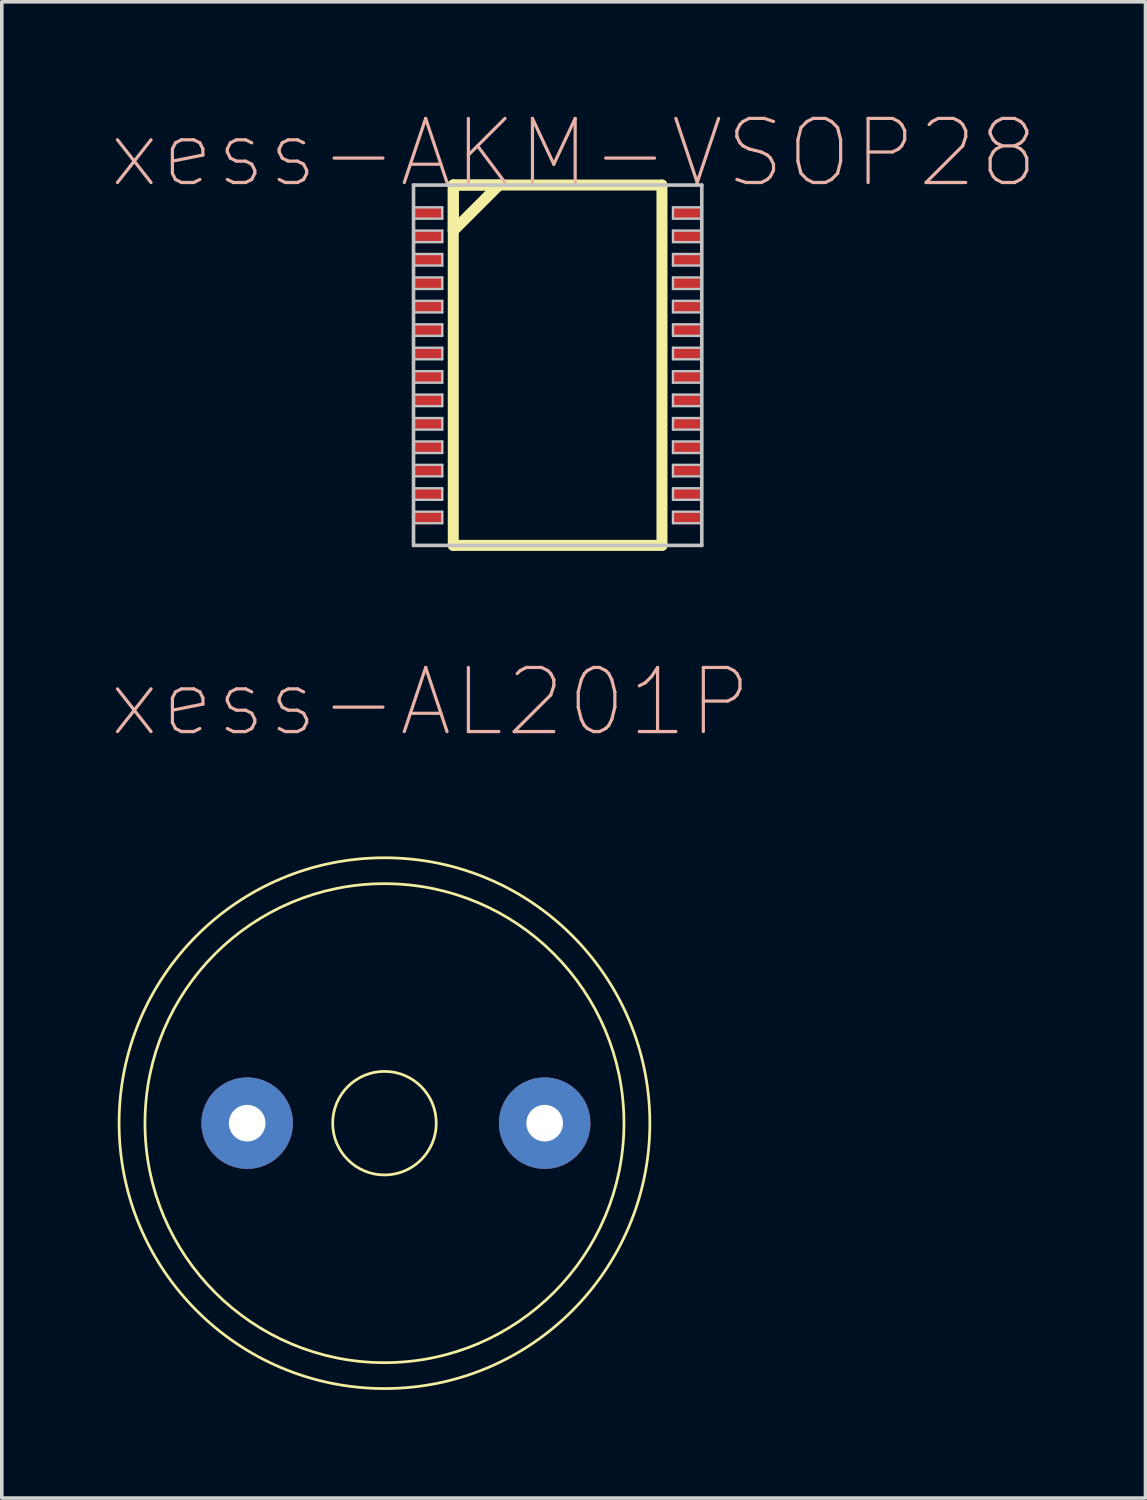
<source format=kicad_pcb>
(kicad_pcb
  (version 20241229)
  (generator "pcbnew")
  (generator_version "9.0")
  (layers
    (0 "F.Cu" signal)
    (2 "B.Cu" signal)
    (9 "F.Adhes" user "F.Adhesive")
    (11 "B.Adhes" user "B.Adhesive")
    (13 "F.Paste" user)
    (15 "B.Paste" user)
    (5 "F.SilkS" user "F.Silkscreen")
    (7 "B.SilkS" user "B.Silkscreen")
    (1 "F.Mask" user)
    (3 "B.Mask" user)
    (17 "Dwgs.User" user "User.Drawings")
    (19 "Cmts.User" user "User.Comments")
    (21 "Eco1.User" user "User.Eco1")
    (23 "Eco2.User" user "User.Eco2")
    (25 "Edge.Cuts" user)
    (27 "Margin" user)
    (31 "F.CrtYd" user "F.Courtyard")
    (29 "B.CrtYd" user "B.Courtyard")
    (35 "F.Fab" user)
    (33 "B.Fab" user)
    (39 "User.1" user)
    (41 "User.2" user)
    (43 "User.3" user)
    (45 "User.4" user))
  (footprint "xess-AL201P"
    (layer "F.Cu")
    (at 7.618 28.115)
    (property "Reference" "xess-AL201P" (at 1.27 -11.684 0) (layer "B.SilkS") (effects (font (size 1.778 1.778) (thickness 0.089))))
    (attr exclude_from_pos_files exclude_from_bom)
    (fp_circle (center 0 0) (end -5.207 5.207) (stroke (width 0.076) (type solid)) (fill no) (layer "F.SilkS"))
    (fp_circle (center 0 0) (end -4.699 4.699) (stroke (width 0.076) (type solid)) (fill no) (layer "F.SilkS"))
    (fp_circle (center 0 0) (end -1.016 1.016) (stroke (width 0.076) (type solid)) (fill no) (layer "F.SilkS"))
    (pad "1" thru_hole circle (at -3.81 0) (size 2.54 2.54) (drill 1.016) (layers "*.Cu" "*.Mask"))
    (pad "2" thru_hole circle (at 4.445 0) (size 2.54 2.54) (drill 1.016) (layers "*.Cu" "*.Mask")))
  (footprint "xess-AKM-VSOP28"
    (layer "F.Cu")
    (at 8.874 2.86)
    (property "Reference" "xess-AKM-VSOP28" (at 3.993 -1.664 0) (layer "B.SilkS") (effects (font (size 1.778 1.778) (thickness 0.089))))
    (attr smd)
    (fp_line (start 0.653 -0.775) (end 0.653 0.493) (stroke (width 0.305) (type solid)) (layer "F.SilkS"))
    (fp_line (start 0.653 -0.775) (end 0.653 9.223) (stroke (width 0.305) (type solid)) (layer "F.SilkS"))
    (fp_line (start 0.653 0.493) (end 1.923 -0.775) (stroke (width 0.305) (type solid)) (layer "F.SilkS"))
    (fp_line (start 0.653 9.223) (end 6.444 9.223) (stroke (width 0.305) (type solid)) (layer "F.SilkS"))
    (fp_line (start 1.923 -0.775) (end 0.653 -0.775) (stroke (width 0.305) (type solid)) (layer "F.SilkS"))
    (fp_line (start 6.444 -0.775) (end 0.653 -0.775) (stroke (width 0.305) (type solid)) (layer "F.SilkS"))
    (fp_line (start 6.444 9.223) (end 6.444 -0.775) (stroke (width 0.305) (type solid)) (layer "F.SilkS"))
    (fp_line (start -0.45 -0.775) (end -0.45 9.223) (stroke (width 0.1) (type solid)) (layer "Dwgs.User"))
    (fp_line (start -0.45 -0.157) (end 0.348 -0.157) (stroke (width 0.066) (type solid)) (layer "Dwgs.User"))
    (fp_line (start -0.45 0.157) (end -0.45 -0.157) (stroke (width 0.066) (type solid)) (layer "Dwgs.User"))
    (fp_line (start -0.45 0.157) (end 0.348 0.157) (stroke (width 0.066) (type solid)) (layer "Dwgs.User"))
    (fp_line (start -0.45 0.488) (end 0.348 0.488) (stroke (width 0.066) (type solid)) (layer "Dwgs.User"))
    (fp_line (start -0.45 0.808) (end -0.45 0.488) (stroke (width 0.066) (type solid)) (layer "Dwgs.User"))
    (fp_line (start -0.45 0.808) (end 0.348 0.808) (stroke (width 0.066) (type solid)) (layer "Dwgs.User"))
    (fp_line (start -0.45 1.138) (end 0.348 1.138) (stroke (width 0.066) (type solid)) (layer "Dwgs.User"))
    (fp_line (start -0.45 1.458) (end -0.45 1.138) (stroke (width 0.066) (type solid)) (layer "Dwgs.User"))
    (fp_line (start -0.45 1.458) (end 0.348 1.458) (stroke (width 0.066) (type solid)) (layer "Dwgs.User"))
    (fp_line (start -0.45 1.788) (end 0.348 1.788) (stroke (width 0.066) (type solid)) (layer "Dwgs.User"))
    (fp_line (start -0.45 2.108) (end -0.45 1.788) (stroke (width 0.066) (type solid)) (layer "Dwgs.User"))
    (fp_line (start -0.45 2.108) (end 0.348 2.108) (stroke (width 0.066) (type solid)) (layer "Dwgs.User"))
    (fp_line (start -0.45 2.438) (end 0.348 2.438) (stroke (width 0.066) (type solid)) (layer "Dwgs.User"))
    (fp_line (start -0.45 2.758) (end -0.45 2.438) (stroke (width 0.066) (type solid)) (layer "Dwgs.User"))
    (fp_line (start -0.45 2.758) (end 0.348 2.758) (stroke (width 0.066) (type solid)) (layer "Dwgs.User"))
    (fp_line (start -0.45 3.089) (end 0.348 3.089) (stroke (width 0.066) (type solid)) (layer "Dwgs.User"))
    (fp_line (start -0.45 3.409) (end -0.45 3.089) (stroke (width 0.066) (type solid)) (layer "Dwgs.User"))
    (fp_line (start -0.45 3.409) (end 0.348 3.409) (stroke (width 0.066) (type solid)) (layer "Dwgs.User"))
    (fp_line (start -0.45 3.739) (end 0.348 3.739) (stroke (width 0.066) (type solid)) (layer "Dwgs.User"))
    (fp_line (start -0.45 4.059) (end -0.45 3.739) (stroke (width 0.066) (type solid)) (layer "Dwgs.User"))
    (fp_line (start -0.45 4.059) (end 0.348 4.059) (stroke (width 0.066) (type solid)) (layer "Dwgs.User"))
    (fp_line (start -0.45 4.389) (end 0.348 4.389) (stroke (width 0.066) (type solid)) (layer "Dwgs.User"))
    (fp_line (start -0.45 4.709) (end -0.45 4.389) (stroke (width 0.066) (type solid)) (layer "Dwgs.User"))
    (fp_line (start -0.45 4.709) (end 0.348 4.709) (stroke (width 0.066) (type solid)) (layer "Dwgs.User"))
    (fp_line (start -0.45 5.039) (end 0.348 5.039) (stroke (width 0.066) (type solid)) (layer "Dwgs.User"))
    (fp_line (start -0.45 5.359) (end -0.45 5.039) (stroke (width 0.066) (type solid)) (layer "Dwgs.User"))
    (fp_line (start -0.45 5.359) (end 0.348 5.359) (stroke (width 0.066) (type solid)) (layer "Dwgs.User"))
    (fp_line (start -0.45 5.69) (end 0.348 5.69) (stroke (width 0.066) (type solid)) (layer "Dwgs.User"))
    (fp_line (start -0.45 6.01) (end -0.45 5.69) (stroke (width 0.066) (type solid)) (layer "Dwgs.User"))
    (fp_line (start -0.45 6.01) (end 0.348 6.01) (stroke (width 0.066) (type solid)) (layer "Dwgs.User"))
    (fp_line (start -0.45 6.34) (end 0.348 6.34) (stroke (width 0.066) (type solid)) (layer "Dwgs.User"))
    (fp_line (start -0.45 6.66) (end -0.45 6.34) (stroke (width 0.066) (type solid)) (layer "Dwgs.User"))
    (fp_line (start -0.45 6.66) (end 0.348 6.66) (stroke (width 0.066) (type solid)) (layer "Dwgs.User"))
    (fp_line (start -0.45 6.988) (end 0.348 6.988) (stroke (width 0.066) (type solid)) (layer "Dwgs.User"))
    (fp_line (start -0.45 7.308) (end -0.45 6.988) (stroke (width 0.066) (type solid)) (layer "Dwgs.User"))
    (fp_line (start -0.45 7.308) (end 0.348 7.308) (stroke (width 0.066) (type solid)) (layer "Dwgs.User"))
    (fp_line (start -0.45 7.638) (end 0.348 7.638) (stroke (width 0.066) (type solid)) (layer "Dwgs.User"))
    (fp_line (start -0.45 7.958) (end -0.45 7.638) (stroke (width 0.066) (type solid)) (layer "Dwgs.User"))
    (fp_line (start -0.45 7.958) (end 0.348 7.958) (stroke (width 0.066) (type solid)) (layer "Dwgs.User"))
    (fp_line (start -0.45 8.288) (end 0.348 8.288) (stroke (width 0.066) (type solid)) (layer "Dwgs.User"))
    (fp_line (start -0.45 8.608) (end -0.45 8.288) (stroke (width 0.066) (type solid)) (layer "Dwgs.User"))
    (fp_line (start -0.45 8.608) (end 0.348 8.608) (stroke (width 0.066) (type solid)) (layer "Dwgs.User"))
    (fp_line (start -0.45 9.223) (end 7.549 9.223) (stroke (width 0.1) (type solid)) (layer "Dwgs.User"))
    (fp_line (start 0.348 0.157) (end 0.348 -0.157) (stroke (width 0.066) (type solid)) (layer "Dwgs.User"))
    (fp_line (start 0.348 0.808) (end 0.348 0.488) (stroke (width 0.066) (type solid)) (layer "Dwgs.User"))
    (fp_line (start 0.348 1.458) (end 0.348 1.138) (stroke (width 0.066) (type solid)) (layer "Dwgs.User"))
    (fp_line (start 0.348 2.108) (end 0.348 1.788) (stroke (width 0.066) (type solid)) (layer "Dwgs.User"))
    (fp_line (start 0.348 2.758) (end 0.348 2.438) (stroke (width 0.066) (type solid)) (layer "Dwgs.User"))
    (fp_line (start 0.348 3.409) (end 0.348 3.089) (stroke (width 0.066) (type solid)) (layer "Dwgs.User"))
    (fp_line (start 0.348 4.059) (end 0.348 3.739) (stroke (width 0.066) (type solid)) (layer "Dwgs.User"))
    (fp_line (start 0.348 4.709) (end 0.348 4.389) (stroke (width 0.066) (type solid)) (layer "Dwgs.User"))
    (fp_line (start 0.348 5.359) (end 0.348 5.039) (stroke (width 0.066) (type solid)) (layer "Dwgs.User"))
    (fp_line (start 0.348 6.01) (end 0.348 5.69) (stroke (width 0.066) (type solid)) (layer "Dwgs.User"))
    (fp_line (start 0.348 6.66) (end 0.348 6.34) (stroke (width 0.066) (type solid)) (layer "Dwgs.User"))
    (fp_line (start 0.348 7.308) (end 0.348 6.988) (stroke (width 0.066) (type solid)) (layer "Dwgs.User"))
    (fp_line (start 0.348 7.958) (end 0.348 7.638) (stroke (width 0.066) (type solid)) (layer "Dwgs.User"))
    (fp_line (start 0.348 8.608) (end 0.348 8.288) (stroke (width 0.066) (type solid)) (layer "Dwgs.User"))
    (fp_line (start 6.749 -0.157) (end 7.549 -0.157) (stroke (width 0.066) (type solid)) (layer "Dwgs.User"))
    (fp_line (start 6.749 0.157) (end 6.749 -0.157) (stroke (width 0.066) (type solid)) (layer "Dwgs.User"))
    (fp_line (start 6.749 0.157) (end 7.549 0.157) (stroke (width 0.066) (type solid)) (layer "Dwgs.User"))
    (fp_line (start 6.749 0.488) (end 7.549 0.488) (stroke (width 0.066) (type solid)) (layer "Dwgs.User"))
    (fp_line (start 6.749 0.808) (end 6.749 0.488) (stroke (width 0.066) (type solid)) (layer "Dwgs.User"))
    (fp_line (start 6.749 0.808) (end 7.549 0.808) (stroke (width 0.066) (type solid)) (layer "Dwgs.User"))
    (fp_line (start 6.749 1.138) (end 7.549 1.138) (stroke (width 0.066) (type solid)) (layer "Dwgs.User"))
    (fp_line (start 6.749 1.458) (end 6.749 1.138) (stroke (width 0.066) (type solid)) (layer "Dwgs.User"))
    (fp_line (start 6.749 1.458) (end 7.549 1.458) (stroke (width 0.066) (type solid)) (layer "Dwgs.User"))
    (fp_line (start 6.749 1.788) (end 7.549 1.788) (stroke (width 0.066) (type solid)) (layer "Dwgs.User"))
    (fp_line (start 6.749 2.108) (end 6.749 1.788) (stroke (width 0.066) (type solid)) (layer "Dwgs.User"))
    (fp_line (start 6.749 2.108) (end 7.549 2.108) (stroke (width 0.066) (type solid)) (layer "Dwgs.User"))
    (fp_line (start 6.749 2.438) (end 7.549 2.438) (stroke (width 0.066) (type solid)) (layer "Dwgs.User"))
    (fp_line (start 6.749 2.758) (end 6.749 2.438) (stroke (width 0.066) (type solid)) (layer "Dwgs.User"))
    (fp_line (start 6.749 2.758) (end 7.549 2.758) (stroke (width 0.066) (type solid)) (layer "Dwgs.User"))
    (fp_line (start 6.749 3.089) (end 7.549 3.089) (stroke (width 0.066) (type solid)) (layer "Dwgs.User"))
    (fp_line (start 6.749 3.409) (end 6.749 3.089) (stroke (width 0.066) (type solid)) (layer "Dwgs.User"))
    (fp_line (start 6.749 3.409) (end 7.549 3.409) (stroke (width 0.066) (type solid)) (layer "Dwgs.User"))
    (fp_line (start 6.749 3.739) (end 7.549 3.739) (stroke (width 0.066) (type solid)) (layer "Dwgs.User"))
    (fp_line (start 6.749 4.059) (end 6.749 3.739) (stroke (width 0.066) (type solid)) (layer "Dwgs.User"))
    (fp_line (start 6.749 4.059) (end 7.549 4.059) (stroke (width 0.066) (type solid)) (layer "Dwgs.User"))
    (fp_line (start 6.749 4.389) (end 7.549 4.389) (stroke (width 0.066) (type solid)) (layer "Dwgs.User"))
    (fp_line (start 6.749 4.709) (end 6.749 4.389) (stroke (width 0.066) (type solid)) (layer "Dwgs.User"))
    (fp_line (start 6.749 4.709) (end 7.549 4.709) (stroke (width 0.066) (type solid)) (layer "Dwgs.User"))
    (fp_line (start 6.749 5.039) (end 7.549 5.039) (stroke (width 0.066) (type solid)) (layer "Dwgs.User"))
    (fp_line (start 6.749 5.359) (end 6.749 5.039) (stroke (width 0.066) (type solid)) (layer "Dwgs.User"))
    (fp_line (start 6.749 5.359) (end 7.549 5.359) (stroke (width 0.066) (type solid)) (layer "Dwgs.User"))
    (fp_line (start 6.749 5.69) (end 7.549 5.69) (stroke (width 0.066) (type solid)) (layer "Dwgs.User"))
    (fp_line (start 6.749 6.01) (end 6.749 5.69) (stroke (width 0.066) (type solid)) (layer "Dwgs.User"))
    (fp_line (start 6.749 6.01) (end 7.549 6.01) (stroke (width 0.066) (type solid)) (layer "Dwgs.User"))
    (fp_line (start 6.749 6.34) (end 7.549 6.34) (stroke (width 0.066) (type solid)) (layer "Dwgs.User"))
    (fp_line (start 6.749 6.66) (end 6.749 6.34) (stroke (width 0.066) (type solid)) (layer "Dwgs.User"))
    (fp_line (start 6.749 6.66) (end 7.549 6.66) (stroke (width 0.066) (type solid)) (layer "Dwgs.User"))
    (fp_line (start 6.749 6.988) (end 7.549 6.988) (stroke (width 0.066) (type solid)) (layer "Dwgs.User"))
    (fp_line (start 6.749 7.308) (end 6.749 6.988) (stroke (width 0.066) (type solid)) (layer "Dwgs.User"))
    (fp_line (start 6.749 7.308) (end 7.549 7.308) (stroke (width 0.066) (type solid)) (layer "Dwgs.User"))
    (fp_line (start 6.749 7.638) (end 7.549 7.638) (stroke (width 0.066) (type solid)) (layer "Dwgs.User"))
    (fp_line (start 6.749 7.958) (end 6.749 7.638) (stroke (width 0.066) (type solid)) (layer "Dwgs.User"))
    (fp_line (start 6.749 7.958) (end 7.549 7.958) (stroke (width 0.066) (type solid)) (layer "Dwgs.User"))
    (fp_line (start 6.749 8.288) (end 7.549 8.288) (stroke (width 0.066) (type solid)) (layer "Dwgs.User"))
    (fp_line (start 6.749 8.608) (end 6.749 8.288) (stroke (width 0.066) (type solid)) (layer "Dwgs.User"))
    (fp_line (start 6.749 8.608) (end 7.549 8.608) (stroke (width 0.066) (type solid)) (layer "Dwgs.User"))
    (fp_line (start 7.549 -0.775) (end -0.45 -0.775) (stroke (width 0.1) (type solid)) (layer "Dwgs.User"))
    (fp_line (start 7.549 0.157) (end 7.549 -0.157) (stroke (width 0.066) (type solid)) (layer "Dwgs.User"))
    (fp_line (start 7.549 0.808) (end 7.549 0.488) (stroke (width 0.066) (type solid)) (layer "Dwgs.User"))
    (fp_line (start 7.549 1.458) (end 7.549 1.138) (stroke (width 0.066) (type solid)) (layer "Dwgs.User"))
    (fp_line (start 7.549 2.108) (end 7.549 1.788) (stroke (width 0.066) (type solid)) (layer "Dwgs.User"))
    (fp_line (start 7.549 2.758) (end 7.549 2.438) (stroke (width 0.066) (type solid)) (layer "Dwgs.User"))
    (fp_line (start 7.549 3.409) (end 7.549 3.089) (stroke (width 0.066) (type solid)) (layer "Dwgs.User"))
    (fp_line (start 7.549 4.059) (end 7.549 3.739) (stroke (width 0.066) (type solid)) (layer "Dwgs.User"))
    (fp_line (start 7.549 4.709) (end 7.549 4.389) (stroke (width 0.066) (type solid)) (layer "Dwgs.User"))
    (fp_line (start 7.549 5.359) (end 7.549 5.039) (stroke (width 0.066) (type solid)) (layer "Dwgs.User"))
    (fp_line (start 7.549 6.01) (end 7.549 5.69) (stroke (width 0.066) (type solid)) (layer "Dwgs.User"))
    (fp_line (start 7.549 6.66) (end 7.549 6.34) (stroke (width 0.066) (type solid)) (layer "Dwgs.User"))
    (fp_line (start 7.549 7.308) (end 7.549 6.988) (stroke (width 0.066) (type solid)) (layer "Dwgs.User"))
    (fp_line (start 7.549 7.958) (end 7.549 7.638) (stroke (width 0.066) (type solid)) (layer "Dwgs.User"))
    (fp_line (start 7.549 8.608) (end 7.549 8.288) (stroke (width 0.066) (type solid)) (layer "Dwgs.User"))
    (fp_line (start 7.549 9.223) (end 7.549 -0.775) (stroke (width 0.1) (type solid)) (layer "Dwgs.User"))
    (pad "1" smd rect (at -0.048 0) (size 0.798 0.318) (layers "F.Cu" "F.Mask" "F.Paste"))
    (pad "2" smd rect (at -0.048 0.648) (size 0.798 0.318) (layers "F.Cu" "F.Mask" "F.Paste"))
    (pad "3" smd rect (at -0.048 1.298) (size 0.798 0.318) (layers "F.Cu" "F.Mask" "F.Paste"))
    (pad "4" smd rect (at -0.048 1.948) (size 0.798 0.318) (layers "F.Cu" "F.Mask" "F.Paste"))
    (pad "5" smd rect (at -0.048 2.598) (size 0.798 0.318) (layers "F.Cu" "F.Mask" "F.Paste"))
    (pad "6" smd rect (at -0.048 3.249) (size 0.798 0.318) (layers "F.Cu" "F.Mask" "F.Paste"))
    (pad "7" smd rect (at -0.048 3.899) (size 0.798 0.318) (layers "F.Cu" "F.Mask" "F.Paste"))
    (pad "8" smd rect (at -0.048 4.549) (size 0.798 0.318) (layers "F.Cu" "F.Mask" "F.Paste"))
    (pad "9" smd rect (at -0.048 5.199) (size 0.798 0.318) (layers "F.Cu" "F.Mask" "F.Paste"))
    (pad "10" smd rect (at -0.048 5.85) (size 0.798 0.318) (layers "F.Cu" "F.Mask" "F.Paste"))
    (pad "11" smd rect (at -0.048 6.5) (size 0.798 0.318) (layers "F.Cu" "F.Mask" "F.Paste"))
    (pad "12" smd rect (at -0.048 7.148) (size 0.798 0.318) (layers "F.Cu" "F.Mask" "F.Paste"))
    (pad "13" smd rect (at -0.048 7.798) (size 0.798 0.318) (layers "F.Cu" "F.Mask" "F.Paste"))
    (pad "14" smd rect (at -0.048 8.448) (size 0.798 0.318) (layers "F.Cu" "F.Mask" "F.Paste"))
    (pad "15" smd rect (at 7.148 8.448) (size 0.798 0.318) (layers "F.Cu" "F.Mask" "F.Paste"))
    (pad "16" smd rect (at 7.148 7.798) (size 0.798 0.318) (layers "F.Cu" "F.Mask" "F.Paste"))
    (pad "17" smd rect (at 7.148 7.148) (size 0.798 0.318) (layers "F.Cu" "F.Mask" "F.Paste"))
    (pad "18" smd rect (at 7.148 6.5) (size 0.798 0.318) (layers "F.Cu" "F.Mask" "F.Paste"))
    (pad "19" smd rect (at 7.148 5.85) (size 0.798 0.318) (layers "F.Cu" "F.Mask" "F.Paste"))
    (pad "20" smd rect (at 7.148 5.199) (size 0.798 0.318) (layers "F.Cu" "F.Mask" "F.Paste"))
    (pad "21" smd rect (at 7.148 4.549) (size 0.798 0.318) (layers "F.Cu" "F.Mask" "F.Paste"))
    (pad "22" smd rect (at 7.148 3.899) (size 0.798 0.318) (layers "F.Cu" "F.Mask" "F.Paste"))
    (pad "23" smd rect (at 7.148 3.249) (size 0.798 0.318) (layers "F.Cu" "F.Mask" "F.Paste"))
    (pad "24" smd rect (at 7.148 2.598) (size 0.798 0.318) (layers "F.Cu" "F.Mask" "F.Paste"))
    (pad "25" smd rect (at 7.148 1.948) (size 0.798 0.318) (layers "F.Cu" "F.Mask" "F.Paste"))
    (pad "26" smd rect (at 7.148 1.298) (size 0.798 0.318) (layers "F.Cu" "F.Mask" "F.Paste"))
    (pad "27" smd rect (at 7.148 0.648) (size 0.798 0.318) (layers "F.Cu" "F.Mask" "F.Paste"))
    (pad "28" smd rect (at 7.148 0) (size 0.798 0.318) (layers "F.Cu" "F.Mask" "F.Paste")))
  (gr_rect
    (start -3 -3)
    (end 28.734 38.517)
    (stroke (width 0.1) (type default))
    (fill no)
    (layer "Edge.Cuts")))
</source>
